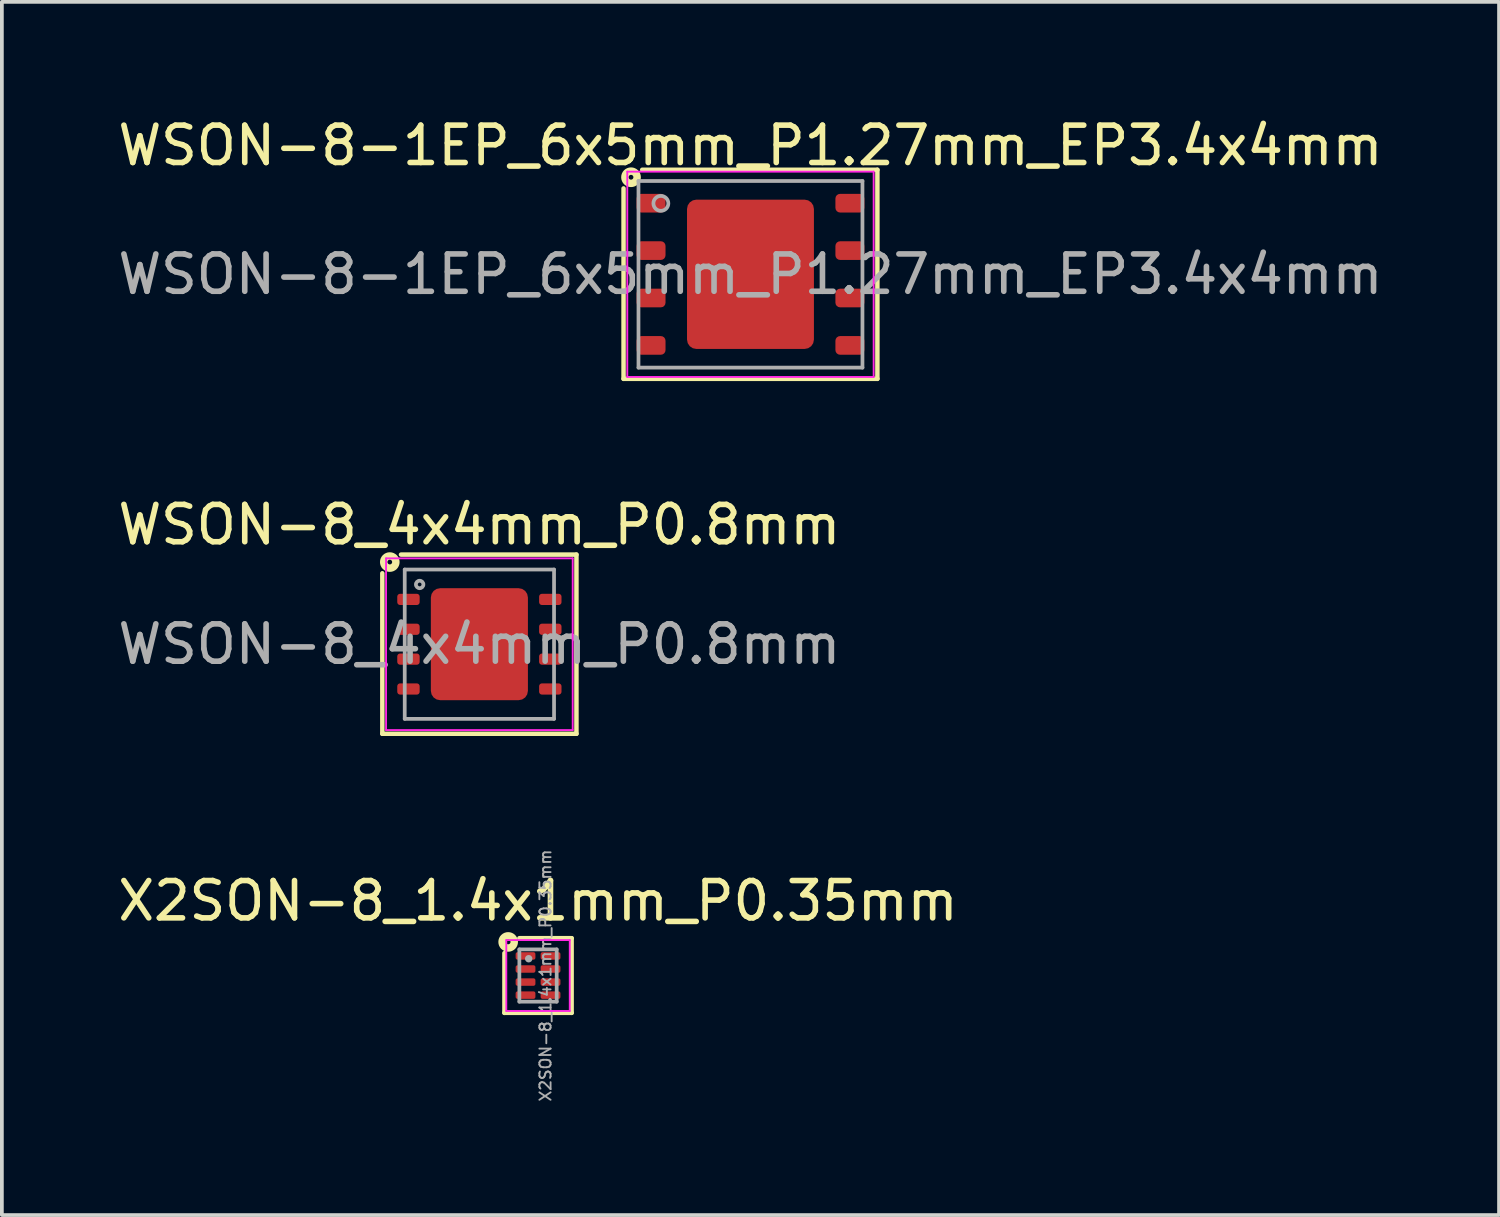
<source format=kicad_pcb>
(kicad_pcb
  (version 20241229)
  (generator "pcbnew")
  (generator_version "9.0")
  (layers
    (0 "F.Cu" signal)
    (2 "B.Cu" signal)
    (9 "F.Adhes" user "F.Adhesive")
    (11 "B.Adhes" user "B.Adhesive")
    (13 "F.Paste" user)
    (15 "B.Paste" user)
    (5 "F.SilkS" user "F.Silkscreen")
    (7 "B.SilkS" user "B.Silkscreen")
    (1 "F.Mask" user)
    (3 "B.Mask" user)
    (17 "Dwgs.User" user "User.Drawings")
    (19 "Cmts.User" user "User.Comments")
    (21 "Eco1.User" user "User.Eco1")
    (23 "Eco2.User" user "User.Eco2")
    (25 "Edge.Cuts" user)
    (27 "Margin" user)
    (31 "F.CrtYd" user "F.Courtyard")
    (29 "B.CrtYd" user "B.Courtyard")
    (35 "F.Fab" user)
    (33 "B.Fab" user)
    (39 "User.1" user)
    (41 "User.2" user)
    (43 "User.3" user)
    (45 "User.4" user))
  (footprint "WSON-8-1EP_6x5mm_P1.27mm_EP3.4x4mm"
    (layer "F.Cu")
    (at 17.054 4.298)
    (property "Reference" "WSON-8-1EP_6x5mm_P1.27mm_EP3.4x4mm" (at 0 -3.45 0) (layer "F.SilkS") (effects (font (size 1 1) (thickness 0.15))))
    (attr smd)
    (fp_line (start -3.4 2.8) (end -3.4 -2.3) (stroke (width 0.12) (type solid)) (layer "F.SilkS"))
    (fp_line (start -2.9 -2.8) (end 3.4 -2.8) (stroke (width 0.12) (type solid)) (layer "F.SilkS"))
    (fp_line (start 3.4 -2.8) (end 3.4 2.8) (stroke (width 0.12) (type solid)) (layer "F.SilkS"))
    (fp_line (start 3.4 2.8) (end -3.4 2.8) (stroke (width 0.12) (type solid)) (layer "F.SilkS"))
    (fp_circle (center -3.2 -2.6) (end -3.136 -2.6) (stroke (width 0.2) (type solid)) (fill no) (layer "F.SilkS"))
    (fp_line (start -3.3 -2.75) (end -3.3 2.75) (stroke (width 0.05) (type solid)) (layer "F.CrtYd"))
    (fp_line (start -3.3 2.75) (end 3.3 2.75) (stroke (width 0.05) (type solid)) (layer "F.CrtYd"))
    (fp_line (start 3.3 -2.75) (end -3.3 -2.75) (stroke (width 0.05) (type solid)) (layer "F.CrtYd"))
    (fp_line (start 3.3 2.75) (end 3.3 -2.75) (stroke (width 0.05) (type solid)) (layer "F.CrtYd"))
    (fp_line (start -3 -2.5) (end 3 -2.5) (stroke (width 0.1) (type solid)) (layer "F.Fab"))
    (fp_line (start -3 2.5) (end -3 -2.5) (stroke (width 0.1) (type solid)) (layer "F.Fab"))
    (fp_line (start 3 -2.5) (end 3 2.5) (stroke (width 0.1) (type solid)) (layer "F.Fab"))
    (fp_line (start 3 2.5) (end -3 2.5) (stroke (width 0.1) (type solid)) (layer "F.Fab"))
    (fp_circle (center -2.4 -1.9) (end -2.2 -1.9) (stroke (width 0.1) (type solid)) (fill no) (layer "F.Fab"))
    (fp_text user "${REFERENCE}" (at 0 0 0) (layer "F.Fab") (effects (font (size 1 1) (thickness 0.15))))
    (pad "" smd roundrect (at -0.85 -1) (size 1.37 1.61) (layers "F.Paste") (roundrect_rratio 0.182))
    (pad "" smd roundrect (at -0.85 1) (size 1.37 1.61) (layers "F.Paste") (roundrect_rratio 0.182))
    (pad "" smd roundrect (at 0.85 -1) (size 1.37 1.61) (layers "F.Paste") (roundrect_rratio 0.182))
    (pad "" smd roundrect (at 0.85 1) (size 1.37 1.61) (layers "F.Paste") (roundrect_rratio 0.182))
    (pad "1" smd roundrect (at -2.663 -1.905) (size 0.775 0.5) (layers "F.Cu" "F.Mask" "F.Paste") (roundrect_rratio 0.25))
    (pad "2" smd roundrect (at -2.663 -0.635) (size 0.775 0.5) (layers "F.Cu" "F.Mask" "F.Paste") (roundrect_rratio 0.25))
    (pad "3" smd roundrect (at -2.663 0.635) (size 0.775 0.5) (layers "F.Cu" "F.Mask" "F.Paste") (roundrect_rratio 0.25))
    (pad "4" smd roundrect (at -2.663 1.905) (size 0.775 0.5) (layers "F.Cu" "F.Mask" "F.Paste") (roundrect_rratio 0.25))
    (pad "5" smd roundrect (at 2.663 1.905) (size 0.775 0.5) (layers "F.Cu" "F.Mask" "F.Paste") (roundrect_rratio 0.25))
    (pad "6" smd roundrect (at 2.663 0.635) (size 0.775 0.5) (layers "F.Cu" "F.Mask" "F.Paste") (roundrect_rratio 0.25))
    (pad "7" smd roundrect (at 2.663 -0.635) (size 0.775 0.5) (layers "F.Cu" "F.Mask" "F.Paste") (roundrect_rratio 0.25))
    (pad "8" smd roundrect (at 2.663 -1.905) (size 0.775 0.5) (layers "F.Cu" "F.Mask" "F.Paste") (roundrect_rratio 0.25))
    (pad "9" smd roundrect (at 0 0) (size 3.4 4) (layers "F.Cu" "F.Mask") (roundrect_rratio 0.074)))
  (footprint "X2SON-8_1.4x1mm_P0.35mm"
    (layer "F.Cu")
    (at 11.363 23.083)
    (property "Reference" "X2SON-8_1.4x1mm_P0.35mm" (at 0 -2 0) (layer "F.SilkS") (effects (font (size 1 1) (thickness 0.15))))
    (attr smd)
    (fp_line (start -0.9 1) (end -0.9 -0.6) (stroke (width 0.12) (type solid)) (layer "F.SilkS"))
    (fp_line (start -0.5 -1) (end 0.9 -1) (stroke (width 0.12) (type solid)) (layer "F.SilkS"))
    (fp_line (start 0.9 -1) (end 0.9 1) (stroke (width 0.12) (type solid)) (layer "F.SilkS"))
    (fp_line (start 0.9 1) (end -0.9 1) (stroke (width 0.12) (type solid)) (layer "F.SilkS"))
    (fp_circle (center -0.8 -0.9) (end -0.737 -0.9) (stroke (width 0.2) (type solid)) (fill no) (layer "F.SilkS"))
    (fp_line (start -0.85 -0.95) (end 0.85 -0.95) (stroke (width 0.05) (type solid)) (layer "F.CrtYd"))
    (fp_line (start -0.85 0.95) (end -0.85 -0.95) (stroke (width 0.05) (type solid)) (layer "F.CrtYd"))
    (fp_line (start 0.85 -0.95) (end 0.85 0.95) (stroke (width 0.05) (type solid)) (layer "F.CrtYd"))
    (fp_line (start 0.85 0.95) (end -0.85 0.95) (stroke (width 0.05) (type solid)) (layer "F.CrtYd"))
    (fp_line (start -0.5 -0.7) (end 0.5 -0.7) (stroke (width 0.1) (type solid)) (layer "F.Fab"))
    (fp_line (start -0.5 0.7) (end -0.5 -0.7) (stroke (width 0.1) (type solid)) (layer "F.Fab"))
    (fp_line (start 0.5 -0.7) (end 0.5 0.7) (stroke (width 0.1) (type solid)) (layer "F.Fab"))
    (fp_line (start 0.5 0.7) (end -0.5 0.7) (stroke (width 0.1) (type solid)) (layer "F.Fab"))
    (fp_circle (center -0.25 -0.45) (end -0.2 -0.45) (stroke (width 0.1) (type solid)) (fill no) (layer "F.Fab"))
    (fp_text user "${REFERENCE}" (at 0.2 0 90) (layer "F.Fab") (effects (font (size 0.3 0.3) (thickness 0.05))))
    (pad "1" smd roundrect (at -0.335 -0.525 270) (size 0.2 0.53) (layers "F.Cu" "F.Mask" "F.Paste") (roundrect_rratio 0.25))
    (pad "2" smd roundrect (at -0.335 -0.175 270) (size 0.2 0.53) (layers "F.Cu" "F.Mask" "F.Paste") (roundrect_rratio 0.25))
    (pad "3" smd roundrect (at -0.335 0.175 270) (size 0.2 0.53) (layers "F.Cu" "F.Mask" "F.Paste") (roundrect_rratio 0.25))
    (pad "4" smd roundrect (at -0.335 0.525 270) (size 0.2 0.53) (layers "F.Cu" "F.Mask" "F.Paste") (roundrect_rratio 0.25))
    (pad "5" smd roundrect (at 0.335 0.525 270) (size 0.2 0.53) (layers "F.Cu" "F.Mask" "F.Paste") (roundrect_rratio 0.25))
    (pad "6" smd roundrect (at 0.335 0.175 270) (size 0.2 0.53) (layers "F.Cu" "F.Mask" "F.Paste") (roundrect_rratio 0.25))
    (pad "7" smd roundrect (at 0.335 -0.175 270) (size 0.2 0.53) (layers "F.Cu" "F.Mask" "F.Paste") (roundrect_rratio 0.25))
    (pad "8" smd roundrect (at 0.335 -0.525 270) (size 0.2 0.53) (layers "F.Cu" "F.Mask" "F.Paste") (roundrect_rratio 0.25)))
  (footprint "WSON-8_4x4mm_P0.8mm"
    (layer "F.Cu")
    (at 9.792 14.207)
    (property "Reference" "WSON-8_4x4mm_P0.8mm" (at 0 -3.2 0) (layer "F.SilkS") (effects (font (size 1 1) (thickness 0.15))))
    (attr smd)
    (fp_line (start -2.6 2.4) (end -2.6 -1.9) (stroke (width 0.12) (type solid)) (layer "F.SilkS"))
    (fp_line (start -2.1 -2.4) (end 2.6 -2.4) (stroke (width 0.12) (type solid)) (layer "F.SilkS"))
    (fp_line (start 2.6 -2.4) (end 2.6 2.4) (stroke (width 0.12) (type solid)) (layer "F.SilkS"))
    (fp_line (start 2.6 2.4) (end -2.6 2.4) (stroke (width 0.12) (type solid)) (layer "F.SilkS"))
    (fp_circle (center -2.4 -2.2) (end -2.337 -2.2) (stroke (width 0.2) (type solid)) (fill no) (layer "F.SilkS"))
    (fp_line (start -2.5 2.3) (end -2.5 -2.3) (stroke (width 0.05) (type solid)) (layer "F.CrtYd"))
    (fp_line (start -2.5 2.3) (end 2.5 2.3) (stroke (width 0.05) (type solid)) (layer "F.CrtYd"))
    (fp_line (start 2.5 -2.3) (end -2.5 -2.3) (stroke (width 0.05) (type solid)) (layer "F.CrtYd"))
    (fp_line (start 2.5 -2.3) (end 2.5 2.3) (stroke (width 0.05) (type solid)) (layer "F.CrtYd"))
    (fp_line (start -2 -2) (end -2 2) (stroke (width 0.1) (type solid)) (layer "F.Fab"))
    (fp_line (start -2 -2) (end 2 -2) (stroke (width 0.1) (type solid)) (layer "F.Fab"))
    (fp_line (start -2 2) (end 2 2) (stroke (width 0.1) (type solid)) (layer "F.Fab"))
    (fp_line (start 2 -2) (end 2 2) (stroke (width 0.1) (type solid)) (layer "F.Fab"))
    (fp_circle (center -1.6 -1.6) (end -1.5 -1.6) (stroke (width 0.1) (type solid)) (fill no) (layer "F.Fab"))
    (fp_text user "${REFERENCE}" (at 0 0 0) (layer "F.Fab") (effects (font (size 1 1) (thickness 0.15))))
    (pad "" smd roundrect (at -0.65 -0.75 270) (size 1.2 1) (layers "F.Paste") (roundrect_rratio 0.25))
    (pad "" smd roundrect (at -0.65 0.75 270) (size 1.2 1) (layers "F.Paste") (roundrect_rratio 0.25))
    (pad "" smd roundrect (at 0.65 -0.75 270) (size 1.2 1) (layers "F.Paste") (roundrect_rratio 0.25))
    (pad "" smd roundrect (at 0.65 0.75 270) (size 1.2 1) (layers "F.Paste") (roundrect_rratio 0.25))
    (pad "1" smd roundrect (at -1.9 -1.2 270) (size 0.3 0.6) (layers "F.Cu" "F.Mask" "F.Paste") (roundrect_rratio 0.25))
    (pad "2" smd roundrect (at -1.9 -0.4 270) (size 0.3 0.6) (layers "F.Cu" "F.Mask" "F.Paste") (roundrect_rratio 0.25))
    (pad "3" smd roundrect (at -1.9 0.4 270) (size 0.3 0.6) (layers "F.Cu" "F.Mask" "F.Paste") (roundrect_rratio 0.25))
    (pad "4" smd roundrect (at -1.9 1.2 270) (size 0.3 0.6) (layers "F.Cu" "F.Mask" "F.Paste") (roundrect_rratio 0.25))
    (pad "5" smd roundrect (at 1.9 1.2 270) (size 0.3 0.6) (layers "F.Cu" "F.Mask" "F.Paste") (roundrect_rratio 0.25))
    (pad "6" smd roundrect (at 1.9 0.4 270) (size 0.3 0.6) (layers "F.Cu" "F.Mask" "F.Paste") (roundrect_rratio 0.25))
    (pad "7" smd roundrect (at 1.9 -0.4 270) (size 0.3 0.6) (layers "F.Cu" "F.Mask" "F.Paste") (roundrect_rratio 0.25))
    (pad "8" smd roundrect (at 1.9 -1.2 270) (size 0.3 0.6) (layers "F.Cu" "F.Mask" "F.Paste") (roundrect_rratio 0.25))
    (pad "9" smd roundrect (at 0 0) (size 2.6 3) (layers "F.Cu" "F.Mask") (roundrect_rratio 0.096)))
  (gr_rect
    (start -3 -3)
    (end 37.107 29.499)
    (stroke (width 0.1) (type default))
    (fill no)
    (layer "Edge.Cuts")))
</source>
